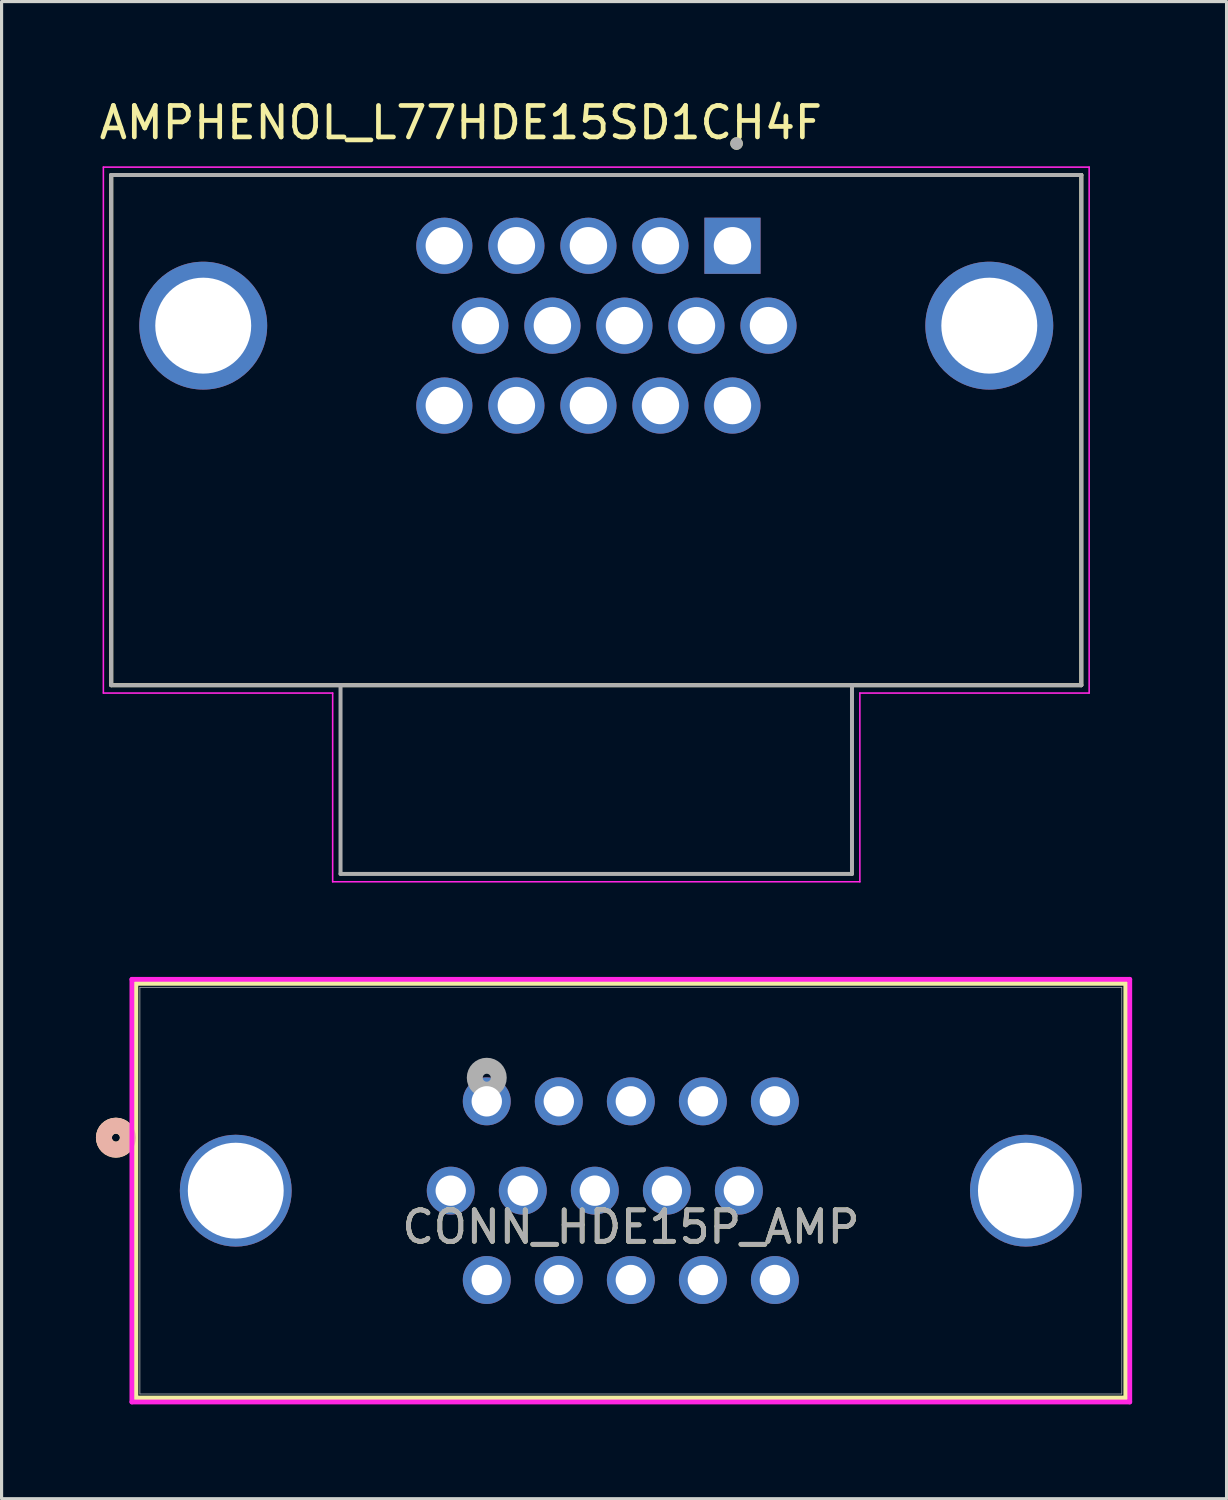
<source format=kicad_pcb>
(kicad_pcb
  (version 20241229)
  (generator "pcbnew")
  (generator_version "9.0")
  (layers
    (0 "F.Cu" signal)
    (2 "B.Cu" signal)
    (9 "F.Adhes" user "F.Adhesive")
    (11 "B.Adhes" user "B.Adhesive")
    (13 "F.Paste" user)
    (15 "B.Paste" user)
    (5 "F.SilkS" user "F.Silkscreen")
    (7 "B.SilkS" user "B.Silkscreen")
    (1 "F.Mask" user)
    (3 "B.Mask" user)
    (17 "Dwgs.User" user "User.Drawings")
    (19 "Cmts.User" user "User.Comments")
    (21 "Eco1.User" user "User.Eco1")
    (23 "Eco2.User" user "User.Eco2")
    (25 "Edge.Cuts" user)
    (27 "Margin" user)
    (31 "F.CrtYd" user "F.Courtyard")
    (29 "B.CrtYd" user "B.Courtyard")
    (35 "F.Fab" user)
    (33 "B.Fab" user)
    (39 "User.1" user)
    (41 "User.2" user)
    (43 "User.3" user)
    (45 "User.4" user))
  (footprint "AMPHENOL_L77HDE15SD1CH4F"
    (layer "F.Cu")
    (at 15.906 7.303)
    (property "Reference" "AMPHENOL_L77HDE15SD1CH4F" (at -4.305 -6.455 0) (layer "F.SilkS") (effects (font (size 1 1) (thickness 0.15))))
    (attr through_hole)
    (fp_line (start -15.42 -4.79) (end -15.42 11.43) (stroke (width 0.127) (type solid)) (layer "F.SilkS"))
    (fp_line (start -15.42 11.43) (end 15.42 11.43) (stroke (width 0.127) (type solid)) (layer "F.SilkS"))
    (fp_line (start 15.42 -4.79) (end -15.42 -4.79) (stroke (width 0.127) (type solid)) (layer "F.SilkS"))
    (fp_line (start 15.42 11.43) (end 15.42 -4.79) (stroke (width 0.127) (type solid)) (layer "F.SilkS"))
    (fp_circle (center 4.46 -5.79) (end 4.56 -5.79) (stroke (width 0.2) (type solid)) (fill no) (layer "F.SilkS"))
    (fp_line (start -15.67 -5.04) (end -15.67 11.68) (stroke (width 0.05) (type solid)) (layer "F.CrtYd"))
    (fp_line (start -15.67 11.68) (end -8.38 11.68) (stroke (width 0.05) (type solid)) (layer "F.CrtYd"))
    (fp_line (start -8.38 11.68) (end -8.38 17.68) (stroke (width 0.05) (type solid)) (layer "F.CrtYd"))
    (fp_line (start -8.38 17.68) (end 8.38 17.68) (stroke (width 0.05) (type solid)) (layer "F.CrtYd"))
    (fp_line (start 8.38 11.68) (end 15.67 11.68) (stroke (width 0.05) (type solid)) (layer "F.CrtYd"))
    (fp_line (start 8.38 17.68) (end 8.38 11.68) (stroke (width 0.05) (type solid)) (layer "F.CrtYd"))
    (fp_line (start 15.67 -5.04) (end -15.67 -5.04) (stroke (width 0.05) (type solid)) (layer "F.CrtYd"))
    (fp_line (start 15.67 11.68) (end 15.67 -5.04) (stroke (width 0.05) (type solid)) (layer "F.CrtYd"))
    (fp_line (start -15.42 -4.79) (end -15.42 11.43) (stroke (width 0.127) (type solid)) (layer "F.Fab"))
    (fp_line (start -15.42 11.43) (end -8.13 11.43) (stroke (width 0.127) (type solid)) (layer "F.Fab"))
    (fp_line (start -8.13 11.43) (end -8.13 17.43) (stroke (width 0.127) (type solid)) (layer "F.Fab"))
    (fp_line (start -8.13 17.43) (end 8.13 17.43) (stroke (width 0.127) (type solid)) (layer "F.Fab"))
    (fp_line (start 8.13 11.43) (end -8.13 11.43) (stroke (width 0.127) (type solid)) (layer "F.Fab"))
    (fp_line (start 8.13 11.43) (end 15.42 11.43) (stroke (width 0.127) (type solid)) (layer "F.Fab"))
    (fp_line (start 8.13 17.43) (end 8.13 11.43) (stroke (width 0.127) (type solid)) (layer "F.Fab"))
    (fp_line (start 15.42 -4.79) (end -15.42 -4.79) (stroke (width 0.127) (type solid)) (layer "F.Fab"))
    (fp_line (start 15.42 11.43) (end 15.42 -4.79) (stroke (width 0.127) (type solid)) (layer "F.Fab"))
    (fp_circle (center 4.46 -5.79) (end 4.56 -5.79) (stroke (width 0.2) (type solid)) (fill no) (layer "F.Fab"))
    (pad "1" thru_hole rect (at 4.33 -2.54) (size 1.785 1.785) (drill 1.19) (layers "*.Cu" "*.Mask"))
    (pad "2" thru_hole circle (at 2.04 -2.54) (size 1.785 1.785) (drill 1.19) (layers "*.Cu" "*.Mask"))
    (pad "3" thru_hole circle (at -0.25 -2.54) (size 1.785 1.785) (drill 1.19) (layers "*.Cu" "*.Mask"))
    (pad "4" thru_hole circle (at -2.54 -2.54) (size 1.785 1.785) (drill 1.19) (layers "*.Cu" "*.Mask"))
    (pad "5" thru_hole circle (at -4.83 -2.54) (size 1.785 1.785) (drill 1.19) (layers "*.Cu" "*.Mask"))
    (pad "6" thru_hole circle (at 5.475 0) (size 1.785 1.785) (drill 1.19) (layers "*.Cu" "*.Mask"))
    (pad "7" thru_hole circle (at 3.185 0) (size 1.785 1.785) (drill 1.19) (layers "*.Cu" "*.Mask"))
    (pad "8" thru_hole circle (at 0.895 0) (size 1.785 1.785) (drill 1.19) (layers "*.Cu" "*.Mask"))
    (pad "9" thru_hole circle (at -1.395 0) (size 1.785 1.785) (drill 1.19) (layers "*.Cu" "*.Mask"))
    (pad "10" thru_hole circle (at -3.685 0) (size 1.785 1.785) (drill 1.19) (layers "*.Cu" "*.Mask"))
    (pad "11" thru_hole circle (at 4.33 2.54) (size 1.785 1.785) (drill 1.19) (layers "*.Cu" "*.Mask"))
    (pad "12" thru_hole circle (at 2.04 2.54) (size 1.785 1.785) (drill 1.19) (layers "*.Cu" "*.Mask"))
    (pad "13" thru_hole circle (at -0.25 2.54) (size 1.785 1.785) (drill 1.19) (layers "*.Cu" "*.Mask"))
    (pad "14" thru_hole circle (at -2.54 2.54) (size 1.785 1.785) (drill 1.19) (layers "*.Cu" "*.Mask"))
    (pad "15" thru_hole circle (at -4.83 2.54) (size 1.785 1.785) (drill 1.19) (layers "*.Cu" "*.Mask"))
    (pad "S1" thru_hole circle (at -12.495 0) (size 4.066 4.066) (drill 3.05) (layers "*.Cu" "*.Mask"))
    (pad "S2" thru_hole circle (at 12.495 0) (size 4.066 4.066) (drill 3.05) (layers "*.Cu" "*.Mask")))
  (footprint "CONN_HDE15P_AMP"
    (layer "F.Cu")
    (at 12.425 31.963)
    (property "Reference" "CONN_HDE15P_AMP" (at 4.58 3.995 0) (unlocked yes) (layer "F.SilkS") (effects (font (size 1 1) (thickness 0.15))))
    (attr through_hole)
    (fp_line (start -11.155 -3.752) (end -11.155 9.431) (stroke (width 0.152) (type solid)) (layer "F.SilkS"))
    (fp_line (start -11.155 9.431) (end 20.315 9.431) (stroke (width 0.152) (type solid)) (layer "F.SilkS"))
    (fp_line (start 20.315 -3.752) (end -11.155 -3.752) (stroke (width 0.152) (type solid)) (layer "F.SilkS"))
    (fp_line (start 20.315 9.431) (end 20.315 -3.752) (stroke (width 0.152) (type solid)) (layer "F.SilkS"))
    (fp_circle (center -11.79 1.155) (end -11.409 1.155) (stroke (width 0.508) (type solid)) (fill no) (layer "F.SilkS"))
    (fp_circle (center -11.79 1.155) (end -11.409 1.155) (stroke (width 0.508) (type solid)) (fill no) (layer "B.SilkS"))
    (fp_line (start -11.282 -3.879) (end -11.282 9.558) (stroke (width 0.152) (type solid)) (layer "F.CrtYd"))
    (fp_line (start -11.282 9.558) (end 20.442 9.558) (stroke (width 0.152) (type solid)) (layer "F.CrtYd"))
    (fp_line (start 20.442 -3.879) (end -11.282 -3.879) (stroke (width 0.152) (type solid)) (layer "F.CrtYd"))
    (fp_line (start 20.442 9.558) (end 20.442 -3.879) (stroke (width 0.152) (type solid)) (layer "F.CrtYd"))
    (fp_line (start -11.028 -3.625) (end -11.028 9.304) (stroke (width 0.025) (type solid)) (layer "F.Fab"))
    (fp_line (start -11.028 9.304) (end 20.188 9.304) (stroke (width 0.025) (type solid)) (layer "F.Fab"))
    (fp_line (start 20.188 -3.625) (end -11.028 -3.625) (stroke (width 0.025) (type solid)) (layer "F.Fab"))
    (fp_line (start 20.188 9.304) (end 20.188 -3.625) (stroke (width 0.025) (type solid)) (layer "F.Fab"))
    (fp_circle (center 0 -0.75) (end 0.381 -0.75) (stroke (width 0.508) (type solid)) (fill no) (layer "F.Fab"))
    (fp_text user "${REFERENCE}" (at 4.58 3.995 0) (unlocked yes) (layer "F.Fab") (effects (font (size 1 1) (thickness 0.15))))
    (pad "1" thru_hole circle (at 0 0) (size 1.524 1.524) (drill 0.965) (layers "*.Cu" "*.Mask"))
    (pad "2" thru_hole circle (at 2.29 0) (size 1.524 1.524) (drill 0.965) (layers "*.Cu" "*.Mask"))
    (pad "3" thru_hole circle (at 4.58 0) (size 1.524 1.524) (drill 0.965) (layers "*.Cu" "*.Mask"))
    (pad "4" thru_hole circle (at 6.87 0) (size 1.524 1.524) (drill 0.965) (layers "*.Cu" "*.Mask"))
    (pad "5" thru_hole circle (at 9.16 0) (size 1.524 1.524) (drill 0.965) (layers "*.Cu" "*.Mask"))
    (pad "6" thru_hole circle (at -1.145 2.84) (size 1.524 1.524) (drill 0.965) (layers "*.Cu" "*.Mask"))
    (pad "7" thru_hole circle (at 1.145 2.84) (size 1.524 1.524) (drill 0.965) (layers "*.Cu" "*.Mask"))
    (pad "8" thru_hole circle (at 3.435 2.84) (size 1.524 1.524) (drill 0.965) (layers "*.Cu" "*.Mask"))
    (pad "9" thru_hole circle (at 5.725 2.84) (size 1.524 1.524) (drill 0.965) (layers "*.Cu" "*.Mask"))
    (pad "10" thru_hole circle (at 8.015 2.84) (size 1.524 1.524) (drill 0.965) (layers "*.Cu" "*.Mask"))
    (pad "11" thru_hole circle (at 0 5.68) (size 1.524 1.524) (drill 0.965) (layers "*.Cu" "*.Mask"))
    (pad "12" thru_hole circle (at 2.29 5.68) (size 1.524 1.524) (drill 0.965) (layers "*.Cu" "*.Mask"))
    (pad "13" thru_hole circle (at 4.58 5.68) (size 1.524 1.524) (drill 0.965) (layers "*.Cu" "*.Mask"))
    (pad "14" thru_hole circle (at 6.87 5.68) (size 1.524 1.524) (drill 0.965) (layers "*.Cu" "*.Mask"))
    (pad "15" thru_hole circle (at 9.16 5.68) (size 1.524 1.524) (drill 0.965) (layers "*.Cu" "*.Mask"))
    (pad "16" thru_hole circle (at -7.98 2.84) (size 3.556 3.556) (drill 3.048) (layers "*.Cu" "*.Mask"))
    (pad "17" thru_hole circle (at 17.14 2.84) (size 3.556 3.556) (drill 3.048) (layers "*.Cu" "*.Mask")))
  (gr_rect
    (start -3 -3)
    (end 35.944 44.597)
    (stroke (width 0.1) (type default))
    (fill no)
    (layer "Edge.Cuts")))
</source>
